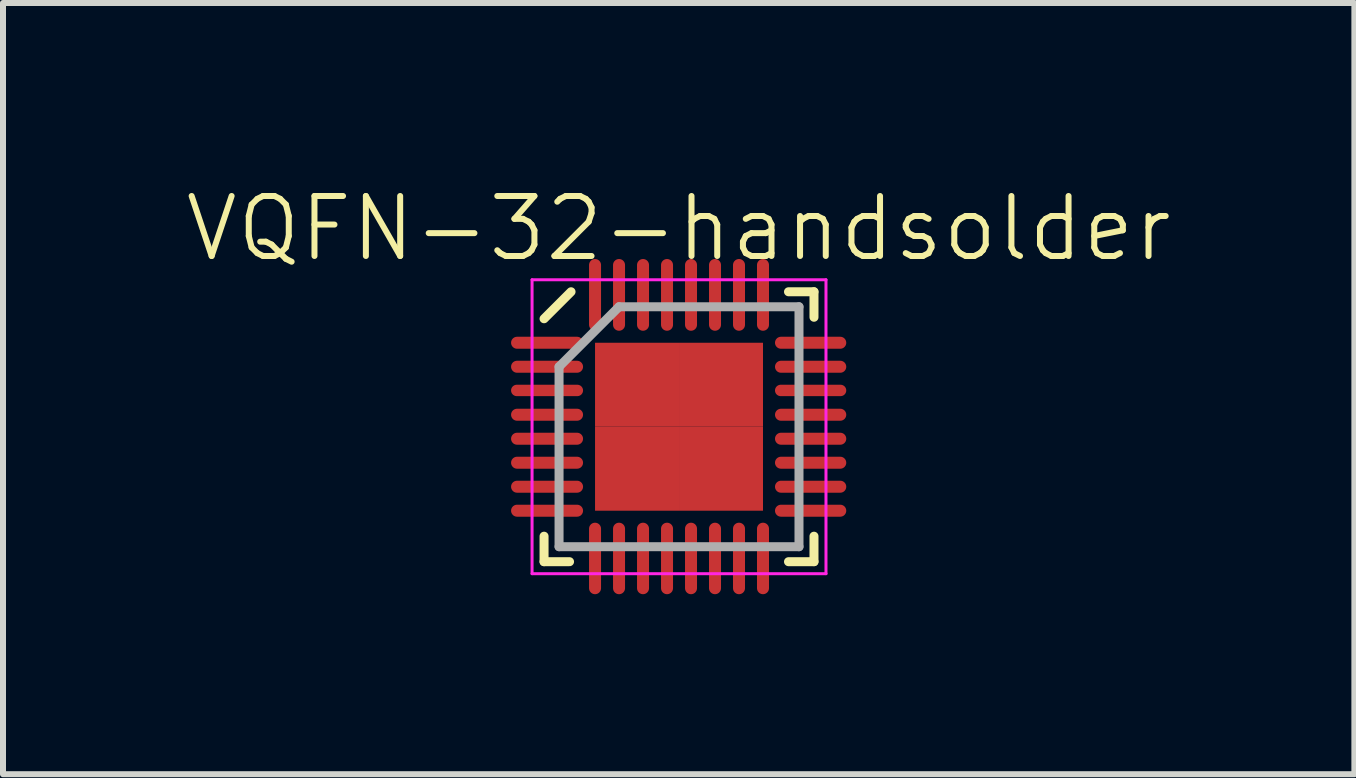
<source format=kicad_pcb>
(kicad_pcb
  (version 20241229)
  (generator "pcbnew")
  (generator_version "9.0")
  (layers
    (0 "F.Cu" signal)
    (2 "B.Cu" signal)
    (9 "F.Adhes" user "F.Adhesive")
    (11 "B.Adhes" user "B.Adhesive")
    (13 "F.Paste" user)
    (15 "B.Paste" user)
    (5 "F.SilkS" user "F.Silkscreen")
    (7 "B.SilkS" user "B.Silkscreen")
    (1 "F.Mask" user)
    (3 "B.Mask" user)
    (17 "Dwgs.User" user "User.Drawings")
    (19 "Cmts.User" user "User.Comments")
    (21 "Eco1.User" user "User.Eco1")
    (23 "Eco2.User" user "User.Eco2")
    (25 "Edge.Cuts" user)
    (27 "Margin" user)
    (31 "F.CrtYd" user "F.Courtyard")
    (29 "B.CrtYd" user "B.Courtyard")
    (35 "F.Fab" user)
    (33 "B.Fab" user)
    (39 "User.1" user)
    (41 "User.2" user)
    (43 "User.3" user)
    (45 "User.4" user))
  (footprint "VQFN-32-handsolder"
    (layer "F.Cu")
    (at 8.264 4.062)
    (property "Reference" "VQFN-32-handsolder" (at 0 -3.302 0) (unlocked yes) (layer "F.SilkS") (effects (font (size 1 1) (thickness 0.1))))
    (attr smd)
    (fp_line (start -2.244 2.252) (end -2.244 1.827) (stroke (width 0.15) (type solid)) (layer "F.SilkS"))
    (fp_line (start -2.244 2.252) (end -1.819 2.252) (stroke (width 0.15) (type solid)) (layer "F.SilkS"))
    (fp_line (start -1.794 -2.248) (end -2.244 -1.798) (stroke (width 0.15) (type solid)) (layer "F.SilkS"))
    (fp_line (start 2.256 -2.248) (end 1.831 -2.248) (stroke (width 0.15) (type solid)) (layer "F.SilkS"))
    (fp_line (start 2.256 -2.248) (end 2.256 -1.823) (stroke (width 0.15) (type solid)) (layer "F.SilkS"))
    (fp_line (start 2.256 2.252) (end 1.831 2.252) (stroke (width 0.15) (type solid)) (layer "F.SilkS"))
    (fp_line (start 2.256 2.252) (end 2.256 1.827) (stroke (width 0.15) (type solid)) (layer "F.SilkS"))
    (fp_line (start -2.444 -2.448) (end -2.444 2.452) (stroke (width 0.05) (type solid)) (layer "F.CrtYd"))
    (fp_line (start -2.444 -2.448) (end 2.456 -2.448) (stroke (width 0.05) (type solid)) (layer "F.CrtYd"))
    (fp_line (start -2.444 2.452) (end 2.456 2.452) (stroke (width 0.05) (type solid)) (layer "F.CrtYd"))
    (fp_line (start 2.456 -2.448) (end 2.456 2.452) (stroke (width 0.05) (type solid)) (layer "F.CrtYd"))
    (fp_line (start -1.994 -0.998) (end -0.994 -1.998) (stroke (width 0.15) (type solid)) (layer "F.Fab"))
    (fp_line (start -1.994 2.002) (end -1.994 -0.998) (stroke (width 0.15) (type solid)) (layer "F.Fab"))
    (fp_line (start -0.994 -1.998) (end 2.006 -1.998) (stroke (width 0.15) (type solid)) (layer "F.Fab"))
    (fp_line (start 2.006 -1.998) (end 2.006 2.002) (stroke (width 0.15) (type solid)) (layer "F.Fab"))
    (fp_line (start 2.006 2.002) (end -1.994 2.002) (stroke (width 0.15) (type solid)) (layer "F.Fab"))
    (pad "1" smd oval (at -2.194 -1.398) (size 1.2 0.2) (layers "F.Cu" "F.Mask" "F.Paste"))
    (pad "2" smd oval (at -2.194 -0.998) (size 1.2 0.2) (layers "F.Cu" "F.Mask" "F.Paste"))
    (pad "3" smd oval (at -2.194 -0.603) (size 1.2 0.19) (layers "F.Cu" "F.Mask" "F.Paste"))
    (pad "4" smd oval (at -2.194 -0.198) (size 1.2 0.2) (layers "F.Cu" "F.Mask" "F.Paste"))
    (pad "5" smd oval (at -2.194 0.202) (size 1.2 0.2) (layers "F.Cu" "F.Mask" "F.Paste"))
    (pad "6" smd oval (at -2.194 0.602) (size 1.2 0.2) (layers "F.Cu" "F.Mask" "F.Paste"))
    (pad "7" smd oval (at -2.194 1.002) (size 1.2 0.2) (layers "F.Cu" "F.Mask" "F.Paste"))
    (pad "8" smd oval (at -2.194 1.402) (size 1.2 0.2) (layers "F.Cu" "F.Mask" "F.Paste"))
    (pad "9" smd oval (at -1.394 2.198 90) (size 1.192 0.2) (layers "F.Cu" "F.Mask" "F.Paste"))
    (pad "10" smd oval (at -0.994 2.198 90) (size 1.192 0.2) (layers "F.Cu" "F.Mask" "F.Paste"))
    (pad "11" smd oval (at -0.594 2.198 90) (size 1.192 0.2) (layers "F.Cu" "F.Mask" "F.Paste"))
    (pad "12" smd oval (at -0.194 2.198 90) (size 1.192 0.2) (layers "F.Cu" "F.Mask" "F.Paste"))
    (pad "13" smd oval (at 0.206 2.198 90) (size 1.192 0.2) (layers "F.Cu" "F.Mask" "F.Paste"))
    (pad "14" smd oval (at 0.606 2.198 90) (size 1.192 0.2) (layers "F.Cu" "F.Mask" "F.Paste"))
    (pad "15" smd oval (at 1.006 2.198 90) (size 1.192 0.2) (layers "F.Cu" "F.Mask" "F.Paste"))
    (pad "16" smd oval (at 1.406 2.198 90) (size 1.192 0.2) (layers "F.Cu" "F.Mask" "F.Paste"))
    (pad "17" smd oval (at 2.2 1.402) (size 1.188 0.2) (layers "F.Cu" "F.Mask" "F.Paste"))
    (pad "18" smd oval (at 2.2 1.002) (size 1.188 0.2) (layers "F.Cu" "F.Mask" "F.Paste"))
    (pad "19" smd oval (at 2.2 0.602) (size 1.188 0.2) (layers "F.Cu" "F.Mask" "F.Paste"))
    (pad "20" smd oval (at 2.2 0.202) (size 1.188 0.2) (layers "F.Cu" "F.Mask" "F.Paste"))
    (pad "21" smd oval (at 2.2 -0.198) (size 1.188 0.2) (layers "F.Cu" "F.Mask" "F.Paste"))
    (pad "22" smd oval (at 2.2 -0.603) (size 1.188 0.19) (layers "F.Cu" "F.Mask" "F.Paste"))
    (pad "23" smd oval (at 2.2 -0.998) (size 1.188 0.2) (layers "F.Cu" "F.Mask" "F.Paste"))
    (pad "24" smd oval (at 2.2 -1.398) (size 1.188 0.2) (layers "F.Cu" "F.Mask" "F.Paste"))
    (pad "25" smd oval (at 1.406 -2.196 90) (size 1.196 0.2) (layers "F.Cu" "F.Mask" "F.Paste"))
    (pad "26" smd oval (at 1.006 -2.196 90) (size 1.196 0.2) (layers "F.Cu" "F.Mask" "F.Paste"))
    (pad "27" smd oval (at 0.606 -2.196 90) (size 1.196 0.2) (layers "F.Cu" "F.Mask" "F.Paste"))
    (pad "28" smd oval (at 0.206 -2.196 90) (size 1.196 0.2) (layers "F.Cu" "F.Mask" "F.Paste"))
    (pad "29" smd oval (at -0.194 -2.196 90) (size 1.196 0.2) (layers "F.Cu" "F.Mask" "F.Paste"))
    (pad "30" smd oval (at -0.594 -2.196 90) (size 1.196 0.2) (layers "F.Cu" "F.Mask" "F.Paste"))
    (pad "31" smd oval (at -0.994 -2.196 90) (size 1.196 0.2) (layers "F.Cu" "F.Mask" "F.Paste"))
    (pad "32" smd oval (at -1.394 -2.196 90) (size 1.196 0.2) (layers "F.Cu" "F.Mask" "F.Paste"))
    (pad "33" smd rect (at -0.694 -0.698) (size 1.4 1.4) (layers "F.Cu" "F.Mask" "F.Paste"))
    (pad "33" smd rect (at -0.694 0.702) (size 1.4 1.4) (layers "F.Cu" "F.Mask" "F.Paste"))
    (pad "33" smd rect (at 0.706 -0.698) (size 1.4 1.4) (layers "F.Cu" "F.Mask" "F.Paste"))
    (pad "33" smd rect (at 0.706 0.702) (size 1.4 1.4) (layers "F.Cu" "F.Mask" "F.Paste")))
  (gr_rect
    (start -3 -3)
    (end 19.529 9.857)
    (stroke (width 0.1) (type default))
    (fill no)
    (layer "Edge.Cuts")))
</source>
